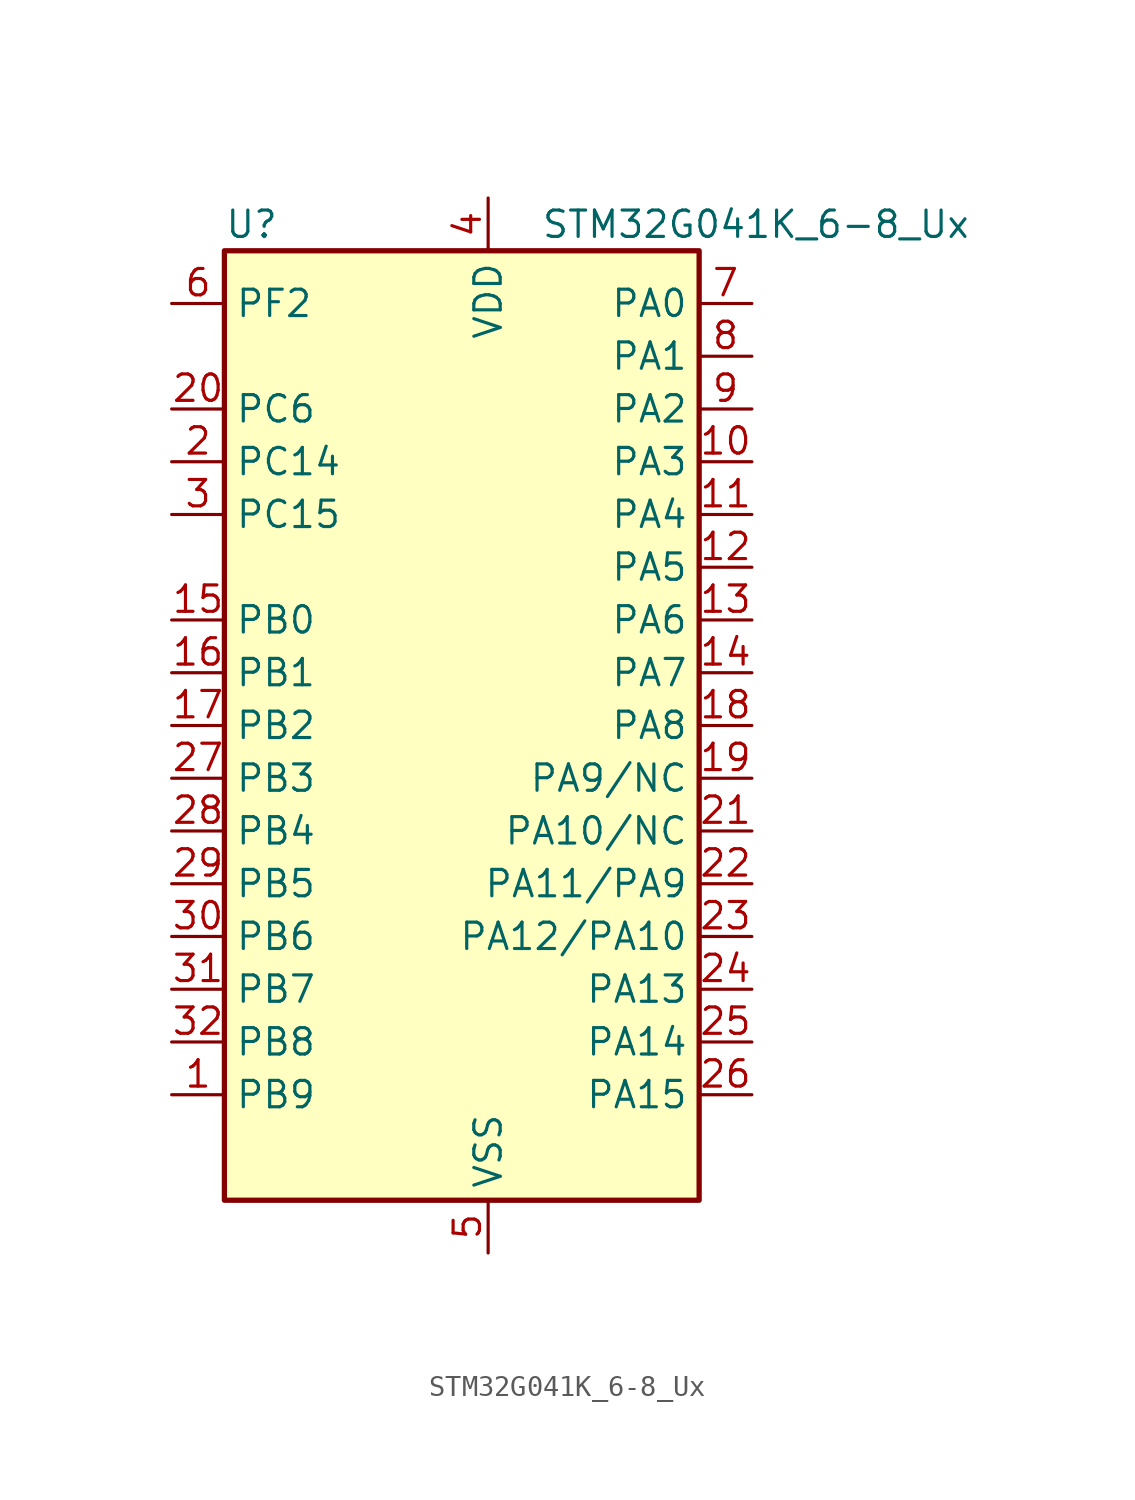
<source format=kicad_sym>
(kicad_symbol_lib
  (version 20211014)
  (generator kicad-library-utils)
  (symbol "STM32G041K_6-8_Ux"
    (property "Reference" "U"
      (at -10.16 24.13 0)
      (effects (font (size 1.27 1.27)) (justify left)))
    (property "Value" "STM32G041K_6-8_Ux"
      (at 5.08 24.13 0)
      (effects (font (size 1.27 1.27)) (justify left)))
    (property "ki_fp_filters" "QFN*1EP*5x5mm*P0.5mm*"
      (at 0.0 0.0 0.0)
      (effects (font (size 1.27 1.27))))
    (symbol "STM32G041K_6-8_Ux_0_1"
      (rectangle (start -10.16 -22.86) (end 12.7 22.86) (stroke (width 0.254)) (fill (type background))))
    (symbol "STM32G041K_6-8_Ux_1_1"
      (pin bidirectional line (at -12.7 20.32 0) (length 2.54) (name "PF2" (effects (font (size 1.27 1.27)))) (number "6" (effects (font (size 1.27 1.27)))) (alternate "RCC_MCO" bidirectional line))
      (pin bidirectional line (at -12.7 15.24 0) (length 2.54) (name "PC6" (effects (font (size 1.27 1.27)))) (number "20" (effects (font (size 1.27 1.27)))) (alternate "TIM2_CH3" bidirectional line) (alternate "TIM3_CH1" bidirectional line))
      (pin bidirectional line (at -12.7 12.7 0) (length 2.54) (name "PC14" (effects (font (size 1.27 1.27)))) (number "2" (effects (font (size 1.27 1.27)))) (alternate "RCC_OSC32_IN" bidirectional line) (alternate "RCC_OSC_IN" bidirectional line) (alternate "TIM1_BK2" bidirectional line))
      (pin bidirectional line (at -12.7 10.16 0) (length 2.54) (name "PC15" (effects (font (size 1.27 1.27)))) (number "3" (effects (font (size 1.27 1.27)))) (alternate "RCC_OSC32_EN" bidirectional line) (alternate "RCC_OSC32_OUT" bidirectional line) (alternate "RCC_OSC_EN" bidirectional line))
      (pin bidirectional line (at -12.7 5.08 0) (length 2.54) (name "PB0" (effects (font (size 1.27 1.27)))) (number "15" (effects (font (size 1.27 1.27)))) (alternate "ADC1_IN8" bidirectional line) (alternate "I2S1_WS" bidirectional line) (alternate "LPTIM1_OUT" bidirectional line) (alternate "SPI1_NSS" bidirectional line) (alternate "TIM1_CH2N" bidirectional line) (alternate "TIM3_CH3" bidirectional line))
      (pin bidirectional line (at -12.7 2.54 0) (length 2.54) (name "PB1" (effects (font (size 1.27 1.27)))) (number "16" (effects (font (size 1.27 1.27)))) (alternate "ADC1_IN9" bidirectional line) (alternate "LPTIM2_IN1" bidirectional line) (alternate "LPUART1_DE" bidirectional line) (alternate "LPUART1_RTS" bidirectional line) (alternate "TIM14_CH1" bidirectional line) (alternate "TIM1_CH3N" bidirectional line) (alternate "TIM3_CH4" bidirectional line))
      (pin bidirectional line (at -12.7 0.0 0) (length 2.54) (name "PB2" (effects (font (size 1.27 1.27)))) (number "17" (effects (font (size 1.27 1.27)))) (alternate "ADC1_IN10" bidirectional line) (alternate "LPTIM1_OUT" bidirectional line) (alternate "SPI2_MISO" bidirectional line))
      (pin bidirectional line (at -12.7 -2.54 0) (length 2.54) (name "PB3" (effects (font (size 1.27 1.27)))) (number "27" (effects (font (size 1.27 1.27)))) (alternate "I2S1_CK" bidirectional line) (alternate "SPI1_SCK" bidirectional line) (alternate "TIM1_CH2" bidirectional line) (alternate "TIM2_CH2" bidirectional line) (alternate "USART1_CK" bidirectional line) (alternate "USART1_DE" bidirectional line) (alternate "USART1_RTS" bidirectional line))
      (pin bidirectional line (at -12.7 -5.08 0) (length 2.54) (name "PB4" (effects (font (size 1.27 1.27)))) (number "28" (effects (font (size 1.27 1.27)))) (alternate "I2S1_MCK" bidirectional line) (alternate "SPI1_MISO" bidirectional line) (alternate "TIM17_BK" bidirectional line) (alternate "TIM3_CH1" bidirectional line) (alternate "USART1_CTS" bidirectional line) (alternate "USART1_NSS" bidirectional line))
      (pin bidirectional line (at -12.7 -7.62 0) (length 2.54) (name "PB5" (effects (font (size 1.27 1.27)))) (number "29" (effects (font (size 1.27 1.27)))) (alternate "I2C1_SMBA" bidirectional line) (alternate "I2S1_SD" bidirectional line) (alternate "LPTIM1_IN1" bidirectional line) (alternate "SPI1_MOSI" bidirectional line) (alternate "SYS_WKUP6" bidirectional line) (alternate "TIM16_BK" bidirectional line) (alternate "TIM3_CH2" bidirectional line))
      (pin bidirectional line (at -12.7 -10.16 0) (length 2.54) (name "PB6" (effects (font (size 1.27 1.27)))) (number "30" (effects (font (size 1.27 1.27)))) (alternate "I2C1_SCL" bidirectional line) (alternate "LPTIM1_ETR" bidirectional line) (alternate "SPI2_MISO" bidirectional line) (alternate "TIM16_CH1N" bidirectional line) (alternate "TIM1_CH3" bidirectional line) (alternate "USART1_TX" bidirectional line))
      (pin bidirectional line (at -12.7 -12.7 0) (length 2.54) (name "PB7" (effects (font (size 1.27 1.27)))) (number "31" (effects (font (size 1.27 1.27)))) (alternate "ADC1_IN11" bidirectional line) (alternate "I2C1_SDA" bidirectional line) (alternate "LPTIM1_IN2" bidirectional line) (alternate "SPI2_MOSI" bidirectional line) (alternate "SYS_PVD_IN" bidirectional line) (alternate "TIM17_CH1N" bidirectional line) (alternate "USART1_RX" bidirectional line))
      (pin bidirectional line (at -12.7 -15.24 0) (length 2.54) (name "PB8" (effects (font (size 1.27 1.27)))) (number "32" (effects (font (size 1.27 1.27)))) (alternate "I2C1_SCL" bidirectional line) (alternate "SPI2_SCK" bidirectional line) (alternate "TIM16_CH1" bidirectional line))
      (pin bidirectional line (at -12.7 -17.78 0) (length 2.54) (name "PB9" (effects (font (size 1.27 1.27)))) (number "1" (effects (font (size 1.27 1.27)))) (alternate "I2C1_SDA" bidirectional line) (alternate "IR_OUT" bidirectional line) (alternate "SPI2_NSS" bidirectional line) (alternate "TIM17_CH1" bidirectional line))
      (pin bidirectional line (at 15.24 20.32 180) (length 2.54) (name "PA0" (effects (font (size 1.27 1.27)))) (number "7" (effects (font (size 1.27 1.27)))) (alternate "ADC1_IN0" bidirectional line) (alternate "LPTIM1_OUT" bidirectional line) (alternate "RTC_TAMP_IN2" bidirectional line) (alternate "SPI2_SCK" bidirectional line) (alternate "SYS_WKUP1" bidirectional line) (alternate "TIM2_CH1" bidirectional line) (alternate "TIM2_ETR" bidirectional line) (alternate "USART2_CTS" bidirectional line) (alternate "USART2_NSS" bidirectional line))
      (pin bidirectional line (at 15.24 17.78 180) (length 2.54) (name "PA1" (effects (font (size 1.27 1.27)))) (number "8" (effects (font (size 1.27 1.27)))) (alternate "ADC1_IN1" bidirectional line) (alternate "I2C1_SMBA" bidirectional line) (alternate "I2S1_CK" bidirectional line) (alternate "SPI1_SCK" bidirectional line) (alternate "TIM2_CH2" bidirectional line) (alternate "USART2_CK" bidirectional line) (alternate "USART2_DE" bidirectional line) (alternate "USART2_RTS" bidirectional line))
      (pin bidirectional line (at 15.24 15.24 180) (length 2.54) (name "PA2" (effects (font (size 1.27 1.27)))) (number "9" (effects (font (size 1.27 1.27)))) (alternate "ADC1_IN2" bidirectional line) (alternate "I2S1_SD" bidirectional line) (alternate "LPUART1_TX" bidirectional line) (alternate "RCC_LSCO" bidirectional line) (alternate "SPI1_MOSI" bidirectional line) (alternate "SYS_WKUP4" bidirectional line) (alternate "TIM2_CH3" bidirectional line) (alternate "USART2_TX" bidirectional line))
      (pin bidirectional line (at 15.24 12.7 180) (length 2.54) (name "PA3" (effects (font (size 1.27 1.27)))) (number "10" (effects (font (size 1.27 1.27)))) (alternate "ADC1_IN3" bidirectional line) (alternate "LPUART1_RX" bidirectional line) (alternate "SPI2_MISO" bidirectional line) (alternate "TIM2_CH4" bidirectional line) (alternate "USART2_RX" bidirectional line))
      (pin bidirectional line (at 15.24 10.16 180) (length 2.54) (name "PA4" (effects (font (size 1.27 1.27)))) (number "11" (effects (font (size 1.27 1.27)))) (alternate "ADC1_IN4" bidirectional line) (alternate "I2S1_WS" bidirectional line) (alternate "LPTIM2_OUT" bidirectional line) (alternate "RTC_OUT_ALARM" bidirectional line) (alternate "RTC_OUT_CALIB" bidirectional line) (alternate "RTC_TAMP_IN1" bidirectional line) (alternate "RTC_TS" bidirectional line) (alternate "SPI1_NSS" bidirectional line) (alternate "SPI2_MOSI" bidirectional line) (alternate "SYS_WKUP2" bidirectional line) (alternate "TIM14_CH1" bidirectional line))
      (pin bidirectional line (at 15.24 7.62 180) (length 2.54) (name "PA5" (effects (font (size 1.27 1.27)))) (number "12" (effects (font (size 1.27 1.27)))) (alternate "ADC1_IN5" bidirectional line) (alternate "I2S1_CK" bidirectional line) (alternate "LPTIM2_ETR" bidirectional line) (alternate "SPI1_SCK" bidirectional line) (alternate "TIM2_CH1" bidirectional line) (alternate "TIM2_ETR" bidirectional line))
      (pin bidirectional line (at 15.24 5.08 180) (length 2.54) (name "PA6" (effects (font (size 1.27 1.27)))) (number "13" (effects (font (size 1.27 1.27)))) (alternate "ADC1_IN6" bidirectional line) (alternate "I2S1_MCK" bidirectional line) (alternate "LPUART1_CTS" bidirectional line) (alternate "SPI1_MISO" bidirectional line) (alternate "TIM16_CH1" bidirectional line) (alternate "TIM1_BK" bidirectional line) (alternate "TIM3_CH1" bidirectional line))
      (pin bidirectional line (at 15.24 2.54 180) (length 2.54) (name "PA7" (effects (font (size 1.27 1.27)))) (number "14" (effects (font (size 1.27 1.27)))) (alternate "ADC1_IN7" bidirectional line) (alternate "I2S1_SD" bidirectional line) (alternate "SPI1_MOSI" bidirectional line) (alternate "TIM14_CH1" bidirectional line) (alternate "TIM17_CH1" bidirectional line) (alternate "TIM1_CH1N" bidirectional line) (alternate "TIM3_CH2" bidirectional line))
      (pin bidirectional line (at 15.24 0.0 180) (length 2.54) (name "PA8" (effects (font (size 1.27 1.27)))) (number "18" (effects (font (size 1.27 1.27)))) (alternate "LPTIM2_OUT" bidirectional line) (alternate "RCC_MCO" bidirectional line) (alternate "SPI2_NSS" bidirectional line) (alternate "TIM1_CH1" bidirectional line))
      (pin bidirectional line (at 15.24 -2.54 180) (length 2.54) (name "PA9/NC" (effects (font (size 1.27 1.27)))) (number "19" (effects (font (size 1.27 1.27)))) (alternate "I2C1_SCL" bidirectional line) (alternate "RCC_MCO" bidirectional line) (alternate "SPI2_MISO" bidirectional line) (alternate "TIM1_CH2" bidirectional line) (alternate "USART1_TX" bidirectional line))
      (pin bidirectional line (at 15.24 -5.08 180) (length 2.54) (name "PA10/NC" (effects (font (size 1.27 1.27)))) (number "21" (effects (font (size 1.27 1.27)))) (alternate "I2C1_SDA" bidirectional line) (alternate "SPI2_MOSI" bidirectional line) (alternate "TIM17_BK" bidirectional line) (alternate "TIM1_CH3" bidirectional line) (alternate "USART1_RX" bidirectional line))
      (pin bidirectional line (at 15.24 -7.62 180) (length 2.54) (name "PA11/PA9" (effects (font (size 1.27 1.27)))) (number "22" (effects (font (size 1.27 1.27)))) (alternate "ADC1_EXTI11" bidirectional line) (alternate "ADC1_IN15" bidirectional line) (alternate "I2C2_SCL" bidirectional line) (alternate "I2S1_MCK" bidirectional line) (alternate "SPI1_MISO" bidirectional line) (alternate "TIM1_BK2" bidirectional line) (alternate "TIM1_CH4" bidirectional line) (alternate "USART1_CTS" bidirectional line) (alternate "USART1_NSS" bidirectional line))
      (pin bidirectional line (at 15.24 -10.16 180) (length 2.54) (name "PA12/PA10" (effects (font (size 1.27 1.27)))) (number "23" (effects (font (size 1.27 1.27)))) (alternate "ADC1_IN16" bidirectional line) (alternate "I2C2_SDA" bidirectional line) (alternate "I2S1_SD" bidirectional line) (alternate "I2S_CKIN" bidirectional line) (alternate "SPI1_MOSI" bidirectional line) (alternate "TIM1_ETR" bidirectional line) (alternate "USART1_CK" bidirectional line) (alternate "USART1_DE" bidirectional line) (alternate "USART1_RTS" bidirectional line))
      (pin bidirectional line (at 15.24 -12.7 180) (length 2.54) (name "PA13" (effects (font (size 1.27 1.27)))) (number "24" (effects (font (size 1.27 1.27)))) (alternate "ADC1_IN17" bidirectional line) (alternate "IR_OUT" bidirectional line) (alternate "SYS_SWDIO" bidirectional line))
      (pin bidirectional line (at 15.24 -15.24 180) (length 2.54) (name "PA14" (effects (font (size 1.27 1.27)))) (number "25" (effects (font (size 1.27 1.27)))) (alternate "ADC1_IN18" bidirectional line) (alternate "SYS_SWCLK" bidirectional line) (alternate "USART2_TX" bidirectional line))
      (pin bidirectional line (at 15.24 -17.78 180) (length 2.54) (name "PA15" (effects (font (size 1.27 1.27)))) (number "26" (effects (font (size 1.27 1.27)))) (alternate "I2S1_WS" bidirectional line) (alternate "SPI1_NSS" bidirectional line) (alternate "TIM2_CH1" bidirectional line) (alternate "TIM2_ETR" bidirectional line) (alternate "USART2_RX" bidirectional line))
      (pin power_in line (at 2.54 25.4 270) (length 2.54) (name "VDD" (effects (font (size 1.27 1.27)))) (number "4" (effects (font (size 1.27 1.27)))))
      (pin power_in line (at 2.54 -25.4 90) (length 2.54) (name "VSS" (effects (font (size 1.27 1.27)))) (number "5" (effects (font (size 1.27 1.27)))))
      (pin passive line (at 2.54 -25.4 90) (length 2.54) hide (name "VSS" (effects (font (size 1.27 1.27)))) (number "33" (effects (font (size 1.27 1.27))))))))
</source>
